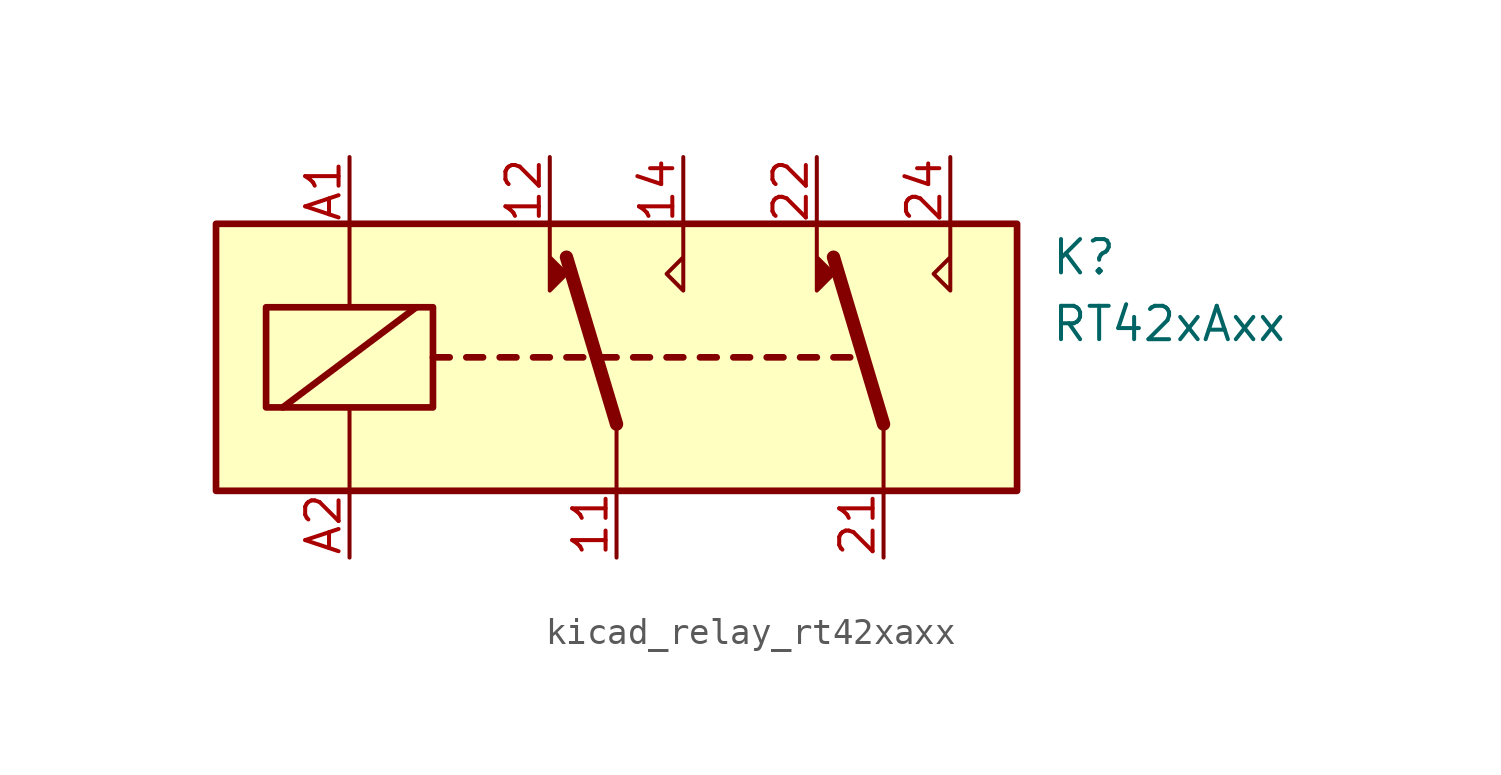
<source format=kicad_sym>
(kicad_symbol_lib
  (version 20220914)
  (generator kicad_symbol_editor)
  (symbol "kicad_relay_rt42xaxx"
    (property "Reference" "K"
      (at 16.51 3.81 0)
      (effects (font (size 1.27 1.27)) (justify left)))
    (property "Value" "RT42xAxx"
      (at 16.51 1.27 0)
      (effects (font (size 1.27 1.27)) (justify left)))
    (symbol "kicad_relay_rt42xaxx_0_0"
      (polyline (pts (xy -7.62 1.905) (xy -12.7 -1.905)) (stroke (width 0.254) (type default)) (fill (type none))))
    (symbol "kicad_relay_rt42xaxx_0_1"
      (rectangle (start -15.24 5.08) (end 15.24 -5.08) (stroke (width 0.254) (type default)) (fill (type background)))
      (rectangle (start -13.335 1.905) (end -6.985 -1.905) (stroke (width 0.254) (type default)) (fill (type none)))
      (polyline (pts (xy -10.16 -5.08) (xy -10.16 -1.905)) (stroke (width 0) (type default)) (fill (type none)))
      (polyline (pts (xy -10.16 5.08) (xy -10.16 1.905)) (stroke (width 0) (type default)) (fill (type none)))
      (polyline (pts (xy -6.985 0) (xy -6.35 0)) (stroke (width 0.254) (type default)) (fill (type none)))
      (polyline (pts (xy -5.715 0) (xy -5.08 0)) (stroke (width 0.254) (type default)) (fill (type none)))
      (polyline (pts (xy -4.445 0) (xy -3.81 0)) (stroke (width 0.254) (type default)) (fill (type none)))
      (polyline (pts (xy -3.175 0) (xy -2.54 0)) (stroke (width 0.254) (type default)) (fill (type none)))
      (polyline (pts (xy -1.905 0) (xy -1.27 0)) (stroke (width 0.254) (type default)) (fill (type none)))
      (polyline (pts (xy -0.635 0) (xy 0 0)) (stroke (width 0.254) (type default)) (fill (type none)))
      (polyline (pts (xy 0 -2.54) (xy -1.905 3.81)) (stroke (width 0.508) (type default)) (fill (type none)))
      (polyline (pts (xy 0 -2.54) (xy 0 -5.08)) (stroke (width 0) (type default)) (fill (type none)))
      (polyline (pts (xy 0.635 0) (xy 1.27 0)) (stroke (width 0.254) (type default)) (fill (type none)))
      (polyline (pts (xy 1.905 0) (xy 2.54 0)) (stroke (width 0.254) (type default)) (fill (type none)))
      (polyline (pts (xy 3.175 0) (xy 3.81 0)) (stroke (width 0.254) (type default)) (fill (type none)))
      (polyline (pts (xy 4.445 0) (xy 5.08 0)) (stroke (width 0.254) (type default)) (fill (type none)))
      (polyline (pts (xy 5.715 0) (xy 6.35 0)) (stroke (width 0.254) (type default)) (fill (type none)))
      (polyline (pts (xy 6.985 0) (xy 7.62 0)) (stroke (width 0.254) (type default)) (fill (type none)))
      (polyline (pts (xy 8.255 0) (xy 8.89 0)) (stroke (width 0.254) (type default)) (fill (type none)))
      (polyline (pts (xy 10.16 -2.54) (xy 8.255 3.81)) (stroke (width 0.508) (type default)) (fill (type none)))
      (polyline (pts (xy 10.16 -2.54) (xy 10.16 -5.08)) (stroke (width 0) (type default)) (fill (type none)))
      (polyline (pts (xy -2.54 5.08) (xy -2.54 2.54) (xy -1.905 3.175) (xy -2.54 3.81)) (stroke (width 0) (type default)) (fill (type outline)))
      (polyline (pts (xy 2.54 5.08) (xy 2.54 2.54) (xy 1.905 3.175) (xy 2.54 3.81)) (stroke (width 0) (type default)) (fill (type none)))
      (polyline (pts (xy 7.62 5.08) (xy 7.62 2.54) (xy 8.255 3.175) (xy 7.62 3.81)) (stroke (width 0) (type default)) (fill (type outline)))
      (polyline (pts (xy 12.7 5.08) (xy 12.7 2.54) (xy 12.065 3.175) (xy 12.7 3.81)) (stroke (width 0) (type default)) (fill (type none))))
    (symbol "kicad_relay_rt42xaxx_1_1"
      (pin passive line (at 0 -7.62 90) (length 2.54) (name "~" (effects (font (size 1.27 1.27)))) (number "11" (effects (font (size 1.27 1.27)))))
      (pin passive line (at -2.54 7.62 270) (length 2.54) (name "~" (effects (font (size 1.27 1.27)))) (number "12" (effects (font (size 1.27 1.27)))))
      (pin passive line (at 2.54 7.62 270) (length 2.54) (name "~" (effects (font (size 1.27 1.27)))) (number "14" (effects (font (size 1.27 1.27)))))
      (pin passive line (at 10.16 -7.62 90) (length 2.54) (name "~" (effects (font (size 1.27 1.27)))) (number "21" (effects (font (size 1.27 1.27)))))
      (pin passive line (at 7.62 7.62 270) (length 2.54) (name "~" (effects (font (size 1.27 1.27)))) (number "22" (effects (font (size 1.27 1.27)))))
      (pin passive line (at 12.7 7.62 270) (length 2.54) (name "~" (effects (font (size 1.27 1.27)))) (number "24" (effects (font (size 1.27 1.27)))))
      (pin passive line (at -10.16 7.62 270) (length 2.54) (name "~" (effects (font (size 1.27 1.27)))) (number "A1" (effects (font (size 1.27 1.27)))))
      (pin passive line (at -10.16 -7.62 90) (length 2.54) (name "~" (effects (font (size 1.27 1.27)))) (number "A2" (effects (font (size 1.27 1.27))))))))
</source>
